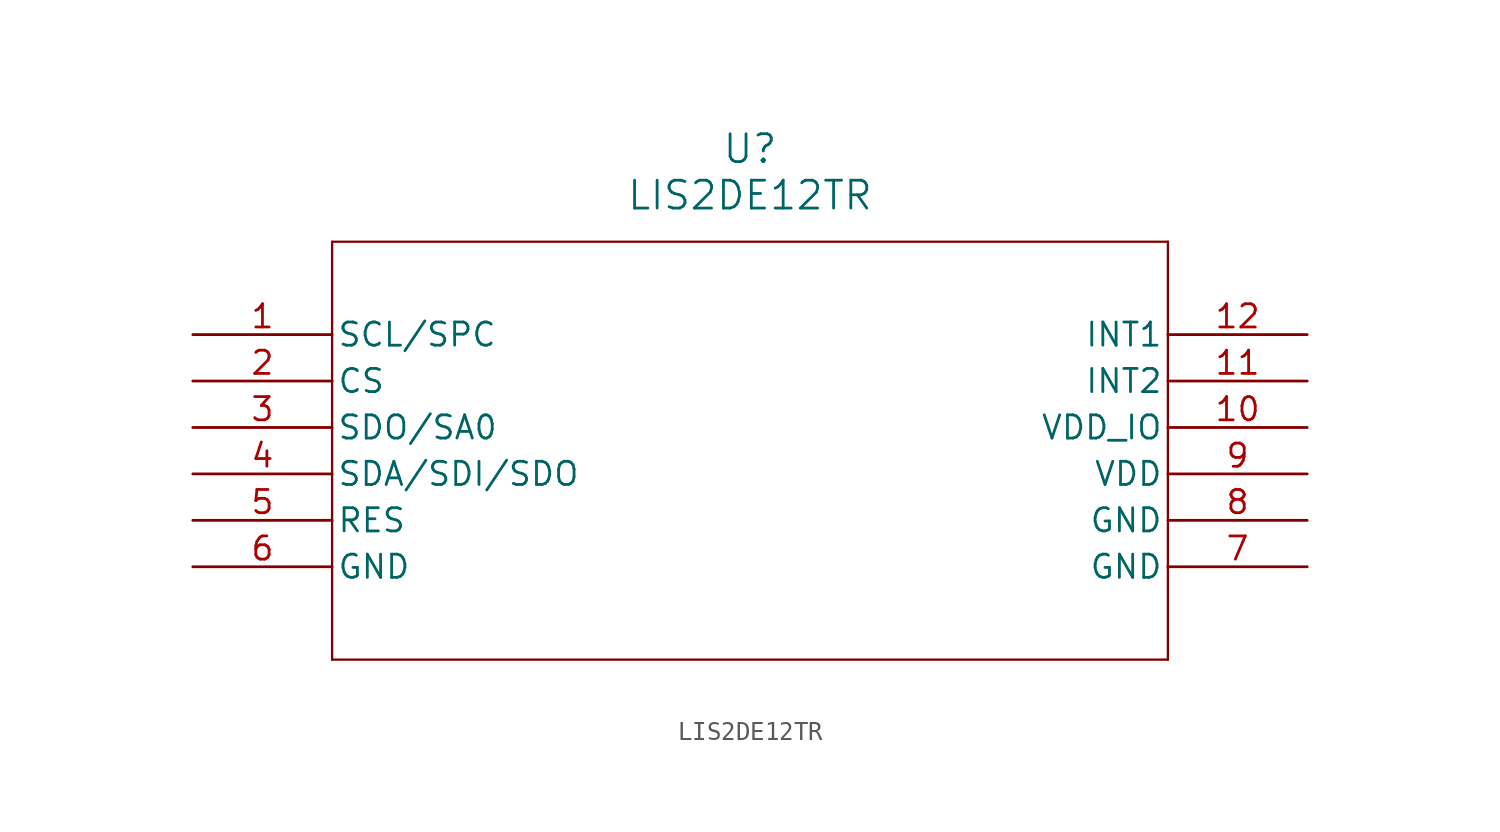
<source format=kicad_sym>
(kicad_symbol_lib
  (version 20211014)
  (generator kicad_symbol_editor)
  (symbol "LIS2DE12TR"
    (pin_names
      (offset 0.254))
    (property "Reference" "U"
      (at 30.48 10.16 0)
      (effects (font (size 1.524 1.524))))
    (property "Value" "LIS2DE12TR"
      (at 30.48 7.62 0)
      (effects (font (size 1.524 1.524))))
    (symbol "LIS2DE12TR_0_1"
      (polyline (pts (xy 7.62 5.08) (xy 7.62 -17.78)) (stroke (width 0.127) (type default) (color 0 0 0 0)) (fill (type none)))
      (polyline (pts (xy 7.62 -17.78) (xy 53.34 -17.78)) (stroke (width 0.127) (type default) (color 0 0 0 0)) (fill (type none)))
      (polyline (pts (xy 53.34 -17.78) (xy 53.34 5.08)) (stroke (width 0.127) (type default) (color 0 0 0 0)) (fill (type none)))
      (polyline (pts (xy 53.34 5.08) (xy 7.62 5.08)) (stroke (width 0.127) (type default) (color 0 0 0 0)) (fill (type none)))
      (pin input line (at 0 0 0) (length 7.62) (name "SCL/SPC" (effects (font (size 1.27 1.27)))) (number "1" (effects (font (size 1.27 1.27)))))
      (pin input line (at 0 -2.54 0) (length 7.62) (name "CS" (effects (font (size 1.27 1.27)))) (number "2" (effects (font (size 1.27 1.27)))))
      (pin bidirectional line (at 0 -5.08 0) (length 7.62) (name "SDO/SA0" (effects (font (size 1.27 1.27)))) (number "3" (effects (font (size 1.27 1.27)))))
      (pin bidirectional line (at 0 -7.62 0) (length 7.62) (name "SDA/SDI/SDO" (effects (font (size 1.27 1.27)))) (number "4" (effects (font (size 1.27 1.27)))))
      (pin power_out line (at 0 -10.16 0) (length 7.62) (name "RES" (effects (font (size 1.27 1.27)))) (number "5" (effects (font (size 1.27 1.27)))))
      (pin power_out line (at 0 -12.7 0) (length 7.62) (name "GND" (effects (font (size 1.27 1.27)))) (number "6" (effects (font (size 1.27 1.27)))))
      (pin power_out line (at 60.96 -12.7 180) (length 7.62) (name "GND" (effects (font (size 1.27 1.27)))) (number "7" (effects (font (size 1.27 1.27)))))
      (pin power_out line (at 60.96 -10.16 180) (length 7.62) (name "GND" (effects (font (size 1.27 1.27)))) (number "8" (effects (font (size 1.27 1.27)))))
      (pin power_in line (at 60.96 -7.62 180) (length 7.62) (name "VDD" (effects (font (size 1.27 1.27)))) (number "9" (effects (font (size 1.27 1.27)))))
      (pin power_in line (at 60.96 -5.08 180) (length 7.62) (name "VDD_IO" (effects (font (size 1.27 1.27)))) (number "10" (effects (font (size 1.27 1.27)))))
      (pin bidirectional line (at 60.96 -2.54 180) (length 7.62) (name "INT2" (effects (font (size 1.27 1.27)))) (number "11" (effects (font (size 1.27 1.27)))))
      (pin bidirectional line (at 60.96 0 180) (length 7.62) (name "INT1" (effects (font (size 1.27 1.27)))) (number "12" (effects (font (size 1.27 1.27))))))))
</source>
